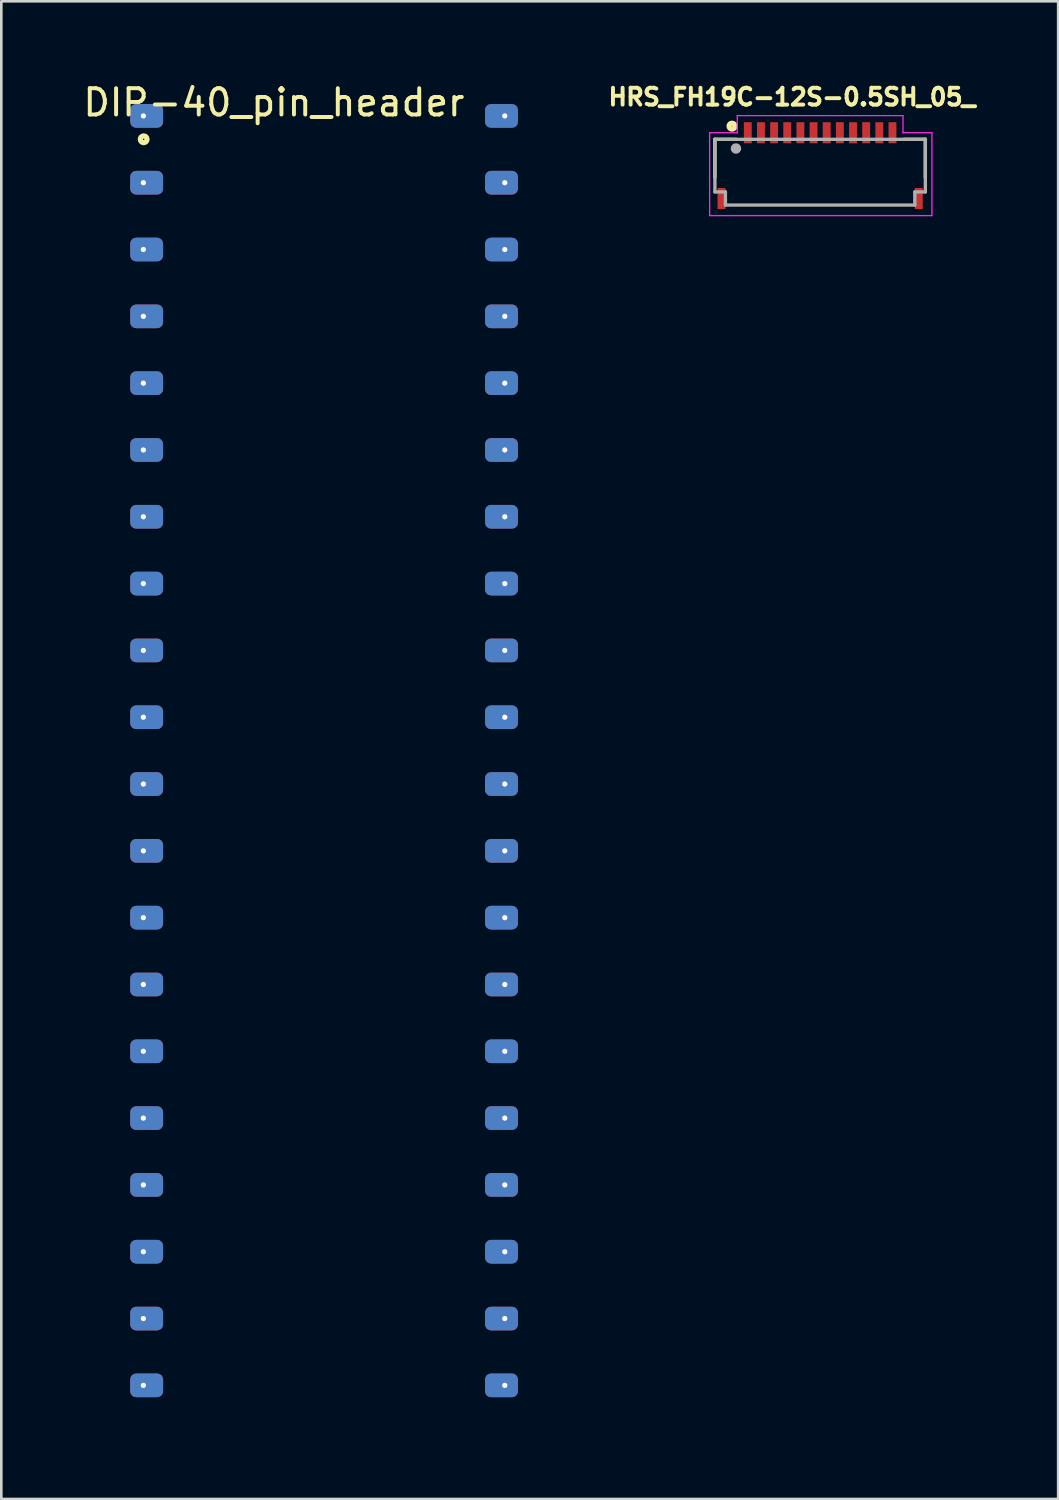
<source format=kicad_pcb>
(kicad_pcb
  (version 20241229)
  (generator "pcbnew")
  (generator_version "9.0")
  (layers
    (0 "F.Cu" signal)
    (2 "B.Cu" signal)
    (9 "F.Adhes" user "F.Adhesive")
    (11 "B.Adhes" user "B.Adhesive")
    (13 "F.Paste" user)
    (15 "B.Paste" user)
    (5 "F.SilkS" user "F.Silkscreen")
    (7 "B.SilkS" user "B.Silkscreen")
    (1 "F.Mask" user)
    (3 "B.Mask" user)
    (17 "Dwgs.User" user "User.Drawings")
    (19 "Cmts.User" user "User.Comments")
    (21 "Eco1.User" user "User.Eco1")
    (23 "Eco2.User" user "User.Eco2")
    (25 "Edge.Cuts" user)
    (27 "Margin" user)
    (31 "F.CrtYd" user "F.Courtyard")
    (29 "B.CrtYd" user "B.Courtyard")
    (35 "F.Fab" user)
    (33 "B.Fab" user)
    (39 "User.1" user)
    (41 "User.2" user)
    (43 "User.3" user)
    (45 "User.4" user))
  (footprint "DIP-40_pin_header"
    (layer "F.Cu")
    (at 9.27 25.486)
    (property "Reference" "DIP-40_pin_header" (at -1.907 -24.638 0) (layer "F.SilkS") (effects (font (size 1 1) (thickness 0.15))))
    (fp_circle (center -6.858 -23.241) (end -6.731 -23.241) (stroke (width 0.2) (type solid)) (fill no) (layer "F.SilkS"))
    (fp_line (start -7.62 -25.4) (end -7.62 25.4) (stroke (width 0.1) (type solid)) (layer "User.9"))
    (fp_line (start -7.62 25.4) (end 7.62 25.4) (stroke (width 0.1) (type solid)) (layer "User.9"))
    (fp_line (start 7.62 -25.4) (end -7.62 -25.4) (stroke (width 0.1) (type solid)) (layer "User.9"))
    (fp_line (start 7.62 25.4) (end 7.62 -25.4) (stroke (width 0.1) (type solid)) (layer "User.9"))
    (pad "1" thru_hole circle (at -6.87 -24.13) (size 0.4 0.4) (drill 0.2) (layers "*.Cu" "*.Mask") (remove_unused_layers yes) (keep_end_layers yes) (zone_layer_connections))
    (pad "1" smd roundrect (at -6.745 -24.13) (size 1.25 0.9) (layers "F.Cu" "F.Mask" "F.Paste") (roundrect_rratio 0.25))
    (pad "1" smd roundrect (at -6.745 -24.13) (size 1.25 0.9) (layers "B.Cu" "B.Mask" "B.Paste") (roundrect_rratio 0.25))
    (pad "2" thru_hole circle (at -6.87 -21.59) (size 0.4 0.4) (drill 0.2) (layers "*.Cu" "*.Mask") (remove_unused_layers yes) (keep_end_layers yes) (zone_layer_connections))
    (pad "2" smd roundrect (at -6.745 -21.59) (size 1.25 0.9) (layers "F.Cu" "F.Mask" "F.Paste") (roundrect_rratio 0.25))
    (pad "2" smd roundrect (at -6.745 -21.59) (size 1.25 0.9) (layers "B.Cu" "B.Mask" "B.Paste") (roundrect_rratio 0.25))
    (pad "3" thru_hole circle (at -6.87 -19.05) (size 0.4 0.4) (drill 0.2) (layers "*.Cu" "*.Mask") (remove_unused_layers yes) (keep_end_layers yes) (zone_layer_connections))
    (pad "3" smd roundrect (at -6.745 -19.05) (size 1.25 0.9) (layers "F.Cu" "F.Mask" "F.Paste") (roundrect_rratio 0.25))
    (pad "3" smd roundrect (at -6.745 -19.05) (size 1.25 0.9) (layers "B.Cu" "B.Mask" "B.Paste") (roundrect_rratio 0.25))
    (pad "4" thru_hole circle (at -6.87 -16.51) (size 0.4 0.4) (drill 0.2) (layers "*.Cu" "*.Mask") (remove_unused_layers yes) (keep_end_layers yes) (zone_layer_connections))
    (pad "4" smd roundrect (at -6.745 -16.51) (size 1.25 0.9) (layers "F.Cu" "F.Mask" "F.Paste") (roundrect_rratio 0.25))
    (pad "4" smd roundrect (at -6.745 -16.51) (size 1.25 0.9) (layers "B.Cu" "B.Mask" "B.Paste") (roundrect_rratio 0.25))
    (pad "5" thru_hole circle (at -6.87 -13.97) (size 0.4 0.4) (drill 0.2) (layers "*.Cu" "*.Mask") (remove_unused_layers yes) (keep_end_layers yes) (zone_layer_connections))
    (pad "5" smd roundrect (at -6.745 -13.97) (size 1.25 0.9) (layers "F.Cu" "F.Mask" "F.Paste") (roundrect_rratio 0.25))
    (pad "5" smd roundrect (at -6.745 -13.97) (size 1.25 0.9) (layers "B.Cu" "B.Mask" "B.Paste") (roundrect_rratio 0.25))
    (pad "6" thru_hole circle (at -6.87 -11.43) (size 0.4 0.4) (drill 0.2) (layers "*.Cu" "*.Mask") (remove_unused_layers yes) (keep_end_layers yes) (zone_layer_connections))
    (pad "6" smd roundrect (at -6.745 -11.43) (size 1.25 0.9) (layers "F.Cu" "F.Mask" "F.Paste") (roundrect_rratio 0.25))
    (pad "6" smd roundrect (at -6.745 -11.43) (size 1.25 0.9) (layers "B.Cu" "B.Mask" "B.Paste") (roundrect_rratio 0.25))
    (pad "7" thru_hole circle (at -6.87 -8.89) (size 0.4 0.4) (drill 0.2) (layers "*.Cu" "*.Mask") (remove_unused_layers yes) (keep_end_layers yes) (zone_layer_connections))
    (pad "7" smd roundrect (at -6.745 -8.89) (size 1.25 0.9) (layers "F.Cu" "F.Mask" "F.Paste") (roundrect_rratio 0.25))
    (pad "7" smd roundrect (at -6.745 -8.89) (size 1.25 0.9) (layers "B.Cu" "B.Mask" "B.Paste") (roundrect_rratio 0.25))
    (pad "8" thru_hole circle (at -6.87 -6.35) (size 0.4 0.4) (drill 0.2) (layers "*.Cu" "*.Mask") (remove_unused_layers yes) (keep_end_layers yes) (zone_layer_connections))
    (pad "8" smd roundrect (at -6.745 -6.35) (size 1.25 0.9) (layers "F.Cu" "F.Mask" "F.Paste") (roundrect_rratio 0.25))
    (pad "8" smd roundrect (at -6.745 -6.35) (size 1.25 0.9) (layers "B.Cu" "B.Mask" "B.Paste") (roundrect_rratio 0.25))
    (pad "9" thru_hole circle (at -6.87 -3.81) (size 0.4 0.4) (drill 0.2) (layers "*.Cu" "*.Mask") (remove_unused_layers yes) (keep_end_layers yes) (zone_layer_connections))
    (pad "9" smd roundrect (at -6.745 -3.81) (size 1.25 0.9) (layers "F.Cu" "F.Mask" "F.Paste") (roundrect_rratio 0.25))
    (pad "9" smd roundrect (at -6.745 -3.81) (size 1.25 0.9) (layers "B.Cu" "B.Mask" "B.Paste") (roundrect_rratio 0.25))
    (pad "10" thru_hole circle (at -6.87 -1.27) (size 0.4 0.4) (drill 0.2) (layers "*.Cu" "*.Mask") (remove_unused_layers yes) (keep_end_layers yes) (zone_layer_connections))
    (pad "10" smd roundrect (at -6.745 -1.27) (size 1.25 0.9) (layers "F.Cu" "F.Mask" "F.Paste") (roundrect_rratio 0.25))
    (pad "10" smd roundrect (at -6.745 -1.27) (size 1.25 0.9) (layers "B.Cu" "B.Mask" "B.Paste") (roundrect_rratio 0.25))
    (pad "11" thru_hole circle (at -6.87 1.27) (size 0.4 0.4) (drill 0.2) (layers "*.Cu" "*.Mask") (remove_unused_layers yes) (keep_end_layers yes) (zone_layer_connections))
    (pad "11" smd roundrect (at -6.745 1.27) (size 1.25 0.9) (layers "F.Cu" "F.Mask" "F.Paste") (roundrect_rratio 0.25))
    (pad "11" smd roundrect (at -6.745 1.27) (size 1.25 0.9) (layers "B.Cu" "B.Mask" "B.Paste") (roundrect_rratio 0.25))
    (pad "12" thru_hole circle (at -6.87 3.81) (size 0.4 0.4) (drill 0.2) (layers "*.Cu" "*.Mask") (remove_unused_layers yes) (keep_end_layers yes) (zone_layer_connections))
    (pad "12" smd roundrect (at -6.745 3.81) (size 1.25 0.9) (layers "F.Cu" "F.Mask" "F.Paste") (roundrect_rratio 0.25))
    (pad "12" smd roundrect (at -6.745 3.81) (size 1.25 0.9) (layers "B.Cu" "B.Mask" "B.Paste") (roundrect_rratio 0.25))
    (pad "13" thru_hole circle (at -6.87 6.35) (size 0.4 0.4) (drill 0.2) (layers "*.Cu" "*.Mask") (remove_unused_layers yes) (keep_end_layers yes) (zone_layer_connections))
    (pad "13" smd roundrect (at -6.745 6.35) (size 1.25 0.9) (layers "F.Cu" "F.Mask" "F.Paste") (roundrect_rratio 0.25))
    (pad "13" smd roundrect (at -6.745 6.35) (size 1.25 0.9) (layers "B.Cu" "B.Mask" "B.Paste") (roundrect_rratio 0.25))
    (pad "14" thru_hole circle (at -6.87 8.89) (size 0.4 0.4) (drill 0.2) (layers "*.Cu" "*.Mask") (remove_unused_layers yes) (keep_end_layers yes) (zone_layer_connections))
    (pad "14" smd roundrect (at -6.745 8.89) (size 1.25 0.9) (layers "F.Cu" "F.Mask" "F.Paste") (roundrect_rratio 0.25))
    (pad "14" smd roundrect (at -6.745 8.89) (size 1.25 0.9) (layers "B.Cu" "B.Mask" "B.Paste") (roundrect_rratio 0.25))
    (pad "15" thru_hole circle (at -6.87 11.43) (size 0.4 0.4) (drill 0.2) (layers "*.Cu" "*.Mask") (remove_unused_layers yes) (keep_end_layers yes) (zone_layer_connections))
    (pad "15" smd roundrect (at -6.745 11.43) (size 1.25 0.9) (layers "F.Cu" "F.Mask" "F.Paste") (roundrect_rratio 0.25))
    (pad "15" smd roundrect (at -6.745 11.43) (size 1.25 0.9) (layers "B.Cu" "B.Mask" "B.Paste") (roundrect_rratio 0.25))
    (pad "16" thru_hole circle (at -6.87 13.97) (size 0.4 0.4) (drill 0.2) (layers "*.Cu" "*.Mask") (remove_unused_layers yes) (keep_end_layers yes) (zone_layer_connections))
    (pad "16" smd roundrect (at -6.745 13.97) (size 1.25 0.9) (layers "F.Cu" "F.Mask" "F.Paste") (roundrect_rratio 0.25))
    (pad "16" smd roundrect (at -6.745 13.97) (size 1.25 0.9) (layers "B.Cu" "B.Mask" "B.Paste") (roundrect_rratio 0.25))
    (pad "17" thru_hole circle (at -6.87 16.51) (size 0.4 0.4) (drill 0.2) (layers "*.Cu" "*.Mask") (remove_unused_layers yes) (keep_end_layers yes) (zone_layer_connections))
    (pad "17" smd roundrect (at -6.745 16.51) (size 1.25 0.9) (layers "F.Cu" "F.Mask" "F.Paste") (roundrect_rratio 0.25))
    (pad "17" smd roundrect (at -6.745 16.51) (size 1.25 0.9) (layers "B.Cu" "B.Mask" "B.Paste") (roundrect_rratio 0.25))
    (pad "18" thru_hole circle (at -6.87 19.05) (size 0.4 0.4) (drill 0.2) (layers "*.Cu" "*.Mask") (remove_unused_layers yes) (keep_end_layers yes) (zone_layer_connections))
    (pad "18" smd roundrect (at -6.745 19.05) (size 1.25 0.9) (layers "F.Cu" "F.Mask" "F.Paste") (roundrect_rratio 0.25))
    (pad "18" smd roundrect (at -6.745 19.05) (size 1.25 0.9) (layers "B.Cu" "B.Mask" "B.Paste") (roundrect_rratio 0.25))
    (pad "19" thru_hole circle (at -6.87 21.59) (size 0.4 0.4) (drill 0.2) (layers "*.Cu" "*.Mask") (remove_unused_layers yes) (keep_end_layers yes) (zone_layer_connections))
    (pad "19" smd roundrect (at -6.745 21.59) (size 1.25 0.9) (layers "F.Cu" "F.Mask" "F.Paste") (roundrect_rratio 0.25))
    (pad "19" smd roundrect (at -6.745 21.59) (size 1.25 0.9) (layers "B.Cu" "B.Mask" "B.Paste") (roundrect_rratio 0.25))
    (pad "20" thru_hole circle (at -6.87 24.13) (size 0.4 0.4) (drill 0.2) (layers "*.Cu" "*.Mask") (remove_unused_layers yes) (keep_end_layers yes) (zone_layer_connections))
    (pad "20" smd roundrect (at -6.745 24.13) (size 1.25 0.9) (layers "F.Cu" "F.Mask" "F.Paste") (roundrect_rratio 0.25))
    (pad "20" smd roundrect (at -6.745 24.13) (size 1.25 0.9) (layers "B.Cu" "B.Mask" "B.Paste") (roundrect_rratio 0.25))
    (pad "21" smd roundrect (at 6.745 24.13) (size 1.25 0.9) (layers "F.Cu" "F.Mask" "F.Paste") (roundrect_rratio 0.25))
    (pad "21" smd roundrect (at 6.745 24.13) (size 1.25 0.9) (layers "B.Cu" "B.Mask" "B.Paste") (roundrect_rratio 0.25))
    (pad "21" thru_hole circle (at 6.87 24.13) (size 0.4 0.4) (drill 0.2) (layers "*.Cu" "*.Mask") (remove_unused_layers yes) (keep_end_layers yes) (zone_layer_connections))
    (pad "22" smd roundrect (at 6.745 21.59) (size 1.25 0.9) (layers "F.Cu" "F.Mask" "F.Paste") (roundrect_rratio 0.25))
    (pad "22" smd roundrect (at 6.745 21.59) (size 1.25 0.9) (layers "B.Cu" "B.Mask" "B.Paste") (roundrect_rratio 0.25))
    (pad "22" thru_hole circle (at 6.87 21.59) (size 0.4 0.4) (drill 0.2) (layers "*.Cu" "*.Mask") (remove_unused_layers yes) (keep_end_layers yes) (zone_layer_connections))
    (pad "23" smd roundrect (at 6.745 19.05) (size 1.25 0.9) (layers "F.Cu" "F.Mask" "F.Paste") (roundrect_rratio 0.25))
    (pad "23" smd roundrect (at 6.745 19.05) (size 1.25 0.9) (layers "B.Cu" "B.Mask" "B.Paste") (roundrect_rratio 0.25))
    (pad "23" thru_hole circle (at 6.87 19.05) (size 0.4 0.4) (drill 0.2) (layers "*.Cu" "*.Mask") (remove_unused_layers yes) (keep_end_layers yes) (zone_layer_connections))
    (pad "24" smd roundrect (at 6.745 16.51) (size 1.25 0.9) (layers "F.Cu" "F.Mask" "F.Paste") (roundrect_rratio 0.25))
    (pad "24" smd roundrect (at 6.745 16.51) (size 1.25 0.9) (layers "B.Cu" "B.Mask" "B.Paste") (roundrect_rratio 0.25))
    (pad "24" thru_hole circle (at 6.87 16.51) (size 0.4 0.4) (drill 0.2) (layers "*.Cu" "*.Mask") (remove_unused_layers yes) (keep_end_layers yes) (zone_layer_connections))
    (pad "25" smd roundrect (at 6.745 13.97) (size 1.25 0.9) (layers "F.Cu" "F.Mask" "F.Paste") (roundrect_rratio 0.25))
    (pad "25" smd roundrect (at 6.745 13.97) (size 1.25 0.9) (layers "B.Cu" "B.Mask" "B.Paste") (roundrect_rratio 0.25))
    (pad "25" thru_hole circle (at 6.87 13.97) (size 0.4 0.4) (drill 0.2) (layers "*.Cu" "*.Mask") (remove_unused_layers yes) (keep_end_layers yes) (zone_layer_connections))
    (pad "26" smd roundrect (at 6.745 11.43) (size 1.25 0.9) (layers "F.Cu" "F.Mask" "F.Paste") (roundrect_rratio 0.25))
    (pad "26" smd roundrect (at 6.745 11.43) (size 1.25 0.9) (layers "B.Cu" "B.Mask" "B.Paste") (roundrect_rratio 0.25))
    (pad "26" thru_hole circle (at 6.87 11.43) (size 0.4 0.4) (drill 0.2) (layers "*.Cu" "*.Mask") (remove_unused_layers yes) (keep_end_layers yes) (zone_layer_connections))
    (pad "27" smd roundrect (at 6.745 8.89) (size 1.25 0.9) (layers "F.Cu" "F.Mask" "F.Paste") (roundrect_rratio 0.25))
    (pad "27" smd roundrect (at 6.745 8.89) (size 1.25 0.9) (layers "B.Cu" "B.Mask" "B.Paste") (roundrect_rratio 0.25))
    (pad "27" thru_hole circle (at 6.87 8.89) (size 0.4 0.4) (drill 0.2) (layers "*.Cu" "*.Mask") (remove_unused_layers yes) (keep_end_layers yes) (zone_layer_connections))
    (pad "28" smd roundrect (at 6.745 6.35) (size 1.25 0.9) (layers "F.Cu" "F.Mask" "F.Paste") (roundrect_rratio 0.25))
    (pad "28" smd roundrect (at 6.745 6.35) (size 1.25 0.9) (layers "B.Cu" "B.Mask" "B.Paste") (roundrect_rratio 0.25))
    (pad "28" thru_hole circle (at 6.87 6.35) (size 0.4 0.4) (drill 0.2) (layers "*.Cu" "*.Mask") (remove_unused_layers yes) (keep_end_layers yes) (zone_layer_connections))
    (pad "29" smd roundrect (at 6.745 3.81) (size 1.25 0.9) (layers "F.Cu" "F.Mask" "F.Paste") (roundrect_rratio 0.25))
    (pad "29" smd roundrect (at 6.745 3.81) (size 1.25 0.9) (layers "B.Cu" "B.Mask" "B.Paste") (roundrect_rratio 0.25))
    (pad "29" thru_hole circle (at 6.87 3.81) (size 0.4 0.4) (drill 0.2) (layers "*.Cu" "*.Mask") (remove_unused_layers yes) (keep_end_layers yes) (zone_layer_connections))
    (pad "30" smd roundrect (at 6.745 1.27) (size 1.25 0.9) (layers "F.Cu" "F.Mask" "F.Paste") (roundrect_rratio 0.25))
    (pad "30" smd roundrect (at 6.745 1.27) (size 1.25 0.9) (layers "B.Cu" "B.Mask" "B.Paste") (roundrect_rratio 0.25))
    (pad "30" thru_hole circle (at 6.87 1.27) (size 0.4 0.4) (drill 0.2) (layers "*.Cu" "*.Mask") (remove_unused_layers yes) (keep_end_layers yes) (zone_layer_connections))
    (pad "31" smd roundrect (at 6.745 -1.27) (size 1.25 0.9) (layers "F.Cu" "F.Mask" "F.Paste") (roundrect_rratio 0.25))
    (pad "31" smd roundrect (at 6.745 -1.27) (size 1.25 0.9) (layers "B.Cu" "B.Mask" "B.Paste") (roundrect_rratio 0.25))
    (pad "31" thru_hole circle (at 6.87 -1.27) (size 0.4 0.4) (drill 0.2) (layers "*.Cu" "*.Mask") (remove_unused_layers yes) (keep_end_layers yes) (zone_layer_connections))
    (pad "32" smd roundrect (at 6.745 -3.81) (size 1.25 0.9) (layers "F.Cu" "F.Mask" "F.Paste") (roundrect_rratio 0.25))
    (pad "32" smd roundrect (at 6.745 -3.81) (size 1.25 0.9) (layers "B.Cu" "B.Mask" "B.Paste") (roundrect_rratio 0.25))
    (pad "32" thru_hole circle (at 6.87 -3.81) (size 0.4 0.4) (drill 0.2) (layers "*.Cu" "*.Mask") (remove_unused_layers yes) (keep_end_layers yes) (zone_layer_connections))
    (pad "33" smd roundrect (at 6.745 -6.35) (size 1.25 0.9) (layers "F.Cu" "F.Mask" "F.Paste") (roundrect_rratio 0.25))
    (pad "33" smd roundrect (at 6.745 -6.35) (size 1.25 0.9) (layers "B.Cu" "B.Mask" "B.Paste") (roundrect_rratio 0.25))
    (pad "33" thru_hole circle (at 6.87 -6.35) (size 0.4 0.4) (drill 0.2) (layers "*.Cu" "*.Mask") (remove_unused_layers yes) (keep_end_layers yes) (zone_layer_connections))
    (pad "34" smd roundrect (at 6.745 -8.89) (size 1.25 0.9) (layers "F.Cu" "F.Mask" "F.Paste") (roundrect_rratio 0.25))
    (pad "34" smd roundrect (at 6.745 -8.89) (size 1.25 0.9) (layers "B.Cu" "B.Mask" "B.Paste") (roundrect_rratio 0.25))
    (pad "34" thru_hole circle (at 6.87 -8.89) (size 0.4 0.4) (drill 0.2) (layers "*.Cu" "*.Mask") (remove_unused_layers yes) (keep_end_layers yes) (zone_layer_connections))
    (pad "35" smd roundrect (at 6.745 -11.43) (size 1.25 0.9) (layers "F.Cu" "F.Mask" "F.Paste") (roundrect_rratio 0.25))
    (pad "35" smd roundrect (at 6.745 -11.43) (size 1.25 0.9) (layers "B.Cu" "B.Mask" "B.Paste") (roundrect_rratio 0.25))
    (pad "35" thru_hole circle (at 6.87 -11.43) (size 0.4 0.4) (drill 0.2) (layers "*.Cu" "*.Mask") (remove_unused_layers yes) (keep_end_layers yes) (zone_layer_connections))
    (pad "36" smd roundrect (at 6.745 -13.97) (size 1.25 0.9) (layers "F.Cu" "F.Mask" "F.Paste") (roundrect_rratio 0.25))
    (pad "36" smd roundrect (at 6.745 -13.97) (size 1.25 0.9) (layers "B.Cu" "B.Mask" "B.Paste") (roundrect_rratio 0.25))
    (pad "36" thru_hole circle (at 6.87 -13.97) (size 0.4 0.4) (drill 0.2) (layers "*.Cu" "*.Mask") (remove_unused_layers yes) (keep_end_layers yes) (zone_layer_connections))
    (pad "37" smd roundrect (at 6.745 -16.51) (size 1.25 0.9) (layers "F.Cu" "F.Mask" "F.Paste") (roundrect_rratio 0.25))
    (pad "37" smd roundrect (at 6.745 -16.51) (size 1.25 0.9) (layers "B.Cu" "B.Mask" "B.Paste") (roundrect_rratio 0.25))
    (pad "37" thru_hole circle (at 6.87 -16.51) (size 0.4 0.4) (drill 0.2) (layers "*.Cu" "*.Mask") (remove_unused_layers yes) (keep_end_layers yes) (zone_layer_connections))
    (pad "38" smd roundrect (at 6.745 -19.05) (size 1.25 0.9) (layers "F.Cu" "F.Mask" "F.Paste") (roundrect_rratio 0.25))
    (pad "38" smd roundrect (at 6.745 -19.05) (size 1.25 0.9) (layers "B.Cu" "B.Mask" "B.Paste") (roundrect_rratio 0.25))
    (pad "38" thru_hole circle (at 6.87 -19.05) (size 0.4 0.4) (drill 0.2) (layers "*.Cu" "*.Mask") (remove_unused_layers yes) (keep_end_layers yes) (zone_layer_connections))
    (pad "39" smd roundrect (at 6.745 -21.59) (size 1.25 0.9) (layers "F.Cu" "F.Mask" "F.Paste") (roundrect_rratio 0.25))
    (pad "39" smd roundrect (at 6.745 -21.59) (size 1.25 0.9) (layers "B.Cu" "B.Mask" "B.Paste") (roundrect_rratio 0.25))
    (pad "39" thru_hole circle (at 6.87 -21.59) (size 0.4 0.4) (drill 0.2) (layers "*.Cu" "*.Mask") (remove_unused_layers yes) (keep_end_layers yes) (zone_layer_connections))
    (pad "40" smd roundrect (at 6.745 -24.13) (size 1.25 0.9) (layers "F.Cu" "F.Mask" "F.Paste") (roundrect_rratio 0.25))
    (pad "40" smd roundrect (at 6.745 -24.13) (size 1.25 0.9) (layers "B.Cu" "B.Mask" "B.Paste") (roundrect_rratio 0.25))
    (pad "40" thru_hole circle (at 6.87 -24.13) (size 0.4 0.4) (drill 0.2) (layers "*.Cu" "*.Mask") (remove_unused_layers yes) (keep_end_layers yes) (zone_layer_connections)))
  (footprint "HRS_FH19C-12S-0.5SH_05_"
    (layer "F.Cu")
    (at 28.128 1.996)
    (property "Reference" "HRS_FH19C-12S-0.5SH_05_" (at -1.069 -1.358 0) (layer "F.SilkS") (effects (font (size 0.641 0.641) (thickness 0.15))))
    (attr smd)
    (fp_line (start -4 0.25) (end -4 1.7) (stroke (width 0.127) (type solid)) (layer "F.SilkS"))
    (fp_line (start -3.2 0.25) (end -4 0.25) (stroke (width 0.127) (type solid)) (layer "F.SilkS"))
    (fp_line (start 3.2 0.25) (end 4 0.25) (stroke (width 0.127) (type solid)) (layer "F.SilkS"))
    (fp_line (start 4 0.25) (end 4 1.7) (stroke (width 0.127) (type solid)) (layer "F.SilkS"))
    (fp_circle (center -3.35 -0.25) (end -3.238 -0.25) (stroke (width 0.2) (type solid)) (fill no) (layer "F.SilkS"))
    (fp_line (start -4.2 0) (end -3.15 0) (stroke (width 0.05) (type solid)) (layer "F.CrtYd"))
    (fp_line (start -4.2 3.15) (end -4.2 0) (stroke (width 0.05) (type solid)) (layer "F.CrtYd"))
    (fp_line (start -3.15 -0.65) (end 3.15 -0.65) (stroke (width 0.05) (type solid)) (layer "F.CrtYd"))
    (fp_line (start -3.15 0) (end -3.15 -0.65) (stroke (width 0.05) (type solid)) (layer "F.CrtYd"))
    (fp_line (start 3.15 -0.65) (end 3.15 0) (stroke (width 0.05) (type solid)) (layer "F.CrtYd"))
    (fp_line (start 3.15 0) (end 4.25 0) (stroke (width 0.05) (type solid)) (layer "F.CrtYd"))
    (fp_line (start 4.25 0) (end 4.25 3.15) (stroke (width 0.05) (type solid)) (layer "F.CrtYd"))
    (fp_line (start 4.25 3.15) (end -4.2 3.15) (stroke (width 0.05) (type solid)) (layer "F.CrtYd"))
    (fp_line (start -4 0.25) (end 4 0.25) (stroke (width 0.127) (type solid)) (layer "F.Fab"))
    (fp_line (start -4 2.25) (end -4 0.25) (stroke (width 0.127) (type solid)) (layer "F.Fab"))
    (fp_line (start -3.6 2.25) (end -4 2.25) (stroke (width 0.127) (type solid)) (layer "F.Fab"))
    (fp_line (start -3.6 2.75) (end -3.6 2.25) (stroke (width 0.127) (type solid)) (layer "F.Fab"))
    (fp_line (start 3.6 2.25) (end 3.6 2.75) (stroke (width 0.127) (type solid)) (layer "F.Fab"))
    (fp_line (start 3.6 2.75) (end -3.6 2.75) (stroke (width 0.127) (type solid)) (layer "F.Fab"))
    (fp_line (start 4 0.25) (end 4 2.25) (stroke (width 0.127) (type solid)) (layer "F.Fab"))
    (fp_line (start 4 2.25) (end 3.6 2.25) (stroke (width 0.127) (type solid)) (layer "F.Fab"))
    (fp_circle (center -3.2 0.6) (end -3.1 0.6) (stroke (width 0.2) (type solid)) (fill no) (layer "F.Fab"))
    (pad "1" smd rect (at -2.75 0) (size 0.3 0.8) (layers "F.Cu" "F.Mask" "F.Paste"))
    (pad "2" smd rect (at -2.25 0) (size 0.3 0.8) (layers "F.Cu" "F.Mask" "F.Paste"))
    (pad "3" smd rect (at -1.75 0) (size 0.3 0.8) (layers "F.Cu" "F.Mask" "F.Paste"))
    (pad "4" smd rect (at -1.25 0) (size 0.3 0.8) (layers "F.Cu" "F.Mask" "F.Paste"))
    (pad "5" smd rect (at -0.75 0) (size 0.3 0.8) (layers "F.Cu" "F.Mask" "F.Paste"))
    (pad "6" smd rect (at -0.25 0) (size 0.3 0.8) (layers "F.Cu" "F.Mask" "F.Paste"))
    (pad "7" smd rect (at 0.25 0) (size 0.3 0.8) (layers "F.Cu" "F.Mask" "F.Paste"))
    (pad "8" smd rect (at 0.75 0) (size 0.3 0.8) (layers "F.Cu" "F.Mask" "F.Paste"))
    (pad "9" smd rect (at 1.25 0) (size 0.3 0.8) (layers "F.Cu" "F.Mask" "F.Paste"))
    (pad "10" smd rect (at 1.75 0) (size 0.3 0.8) (layers "F.Cu" "F.Mask" "F.Paste"))
    (pad "11" smd rect (at 2.25 0) (size 0.3 0.8) (layers "F.Cu" "F.Mask" "F.Paste"))
    (pad "12" smd rect (at 2.75 0) (size 0.3 0.8) (layers "F.Cu" "F.Mask" "F.Paste"))
    (pad "MP" smd rect (at -3.75 2.5) (size 0.3 0.8) (layers "F.Cu" "F.Mask" "F.Paste"))
    (pad "MP" smd rect (at 3.75 2.5) (size 0.3 0.8) (layers "F.Cu" "F.Mask" "F.Paste")))
  (gr_rect
    (start -3 -3)
    (end 37.177 53.936)
    (stroke (width 0.1) (type default))
    (fill no)
    (layer "Edge.Cuts")))
</source>
